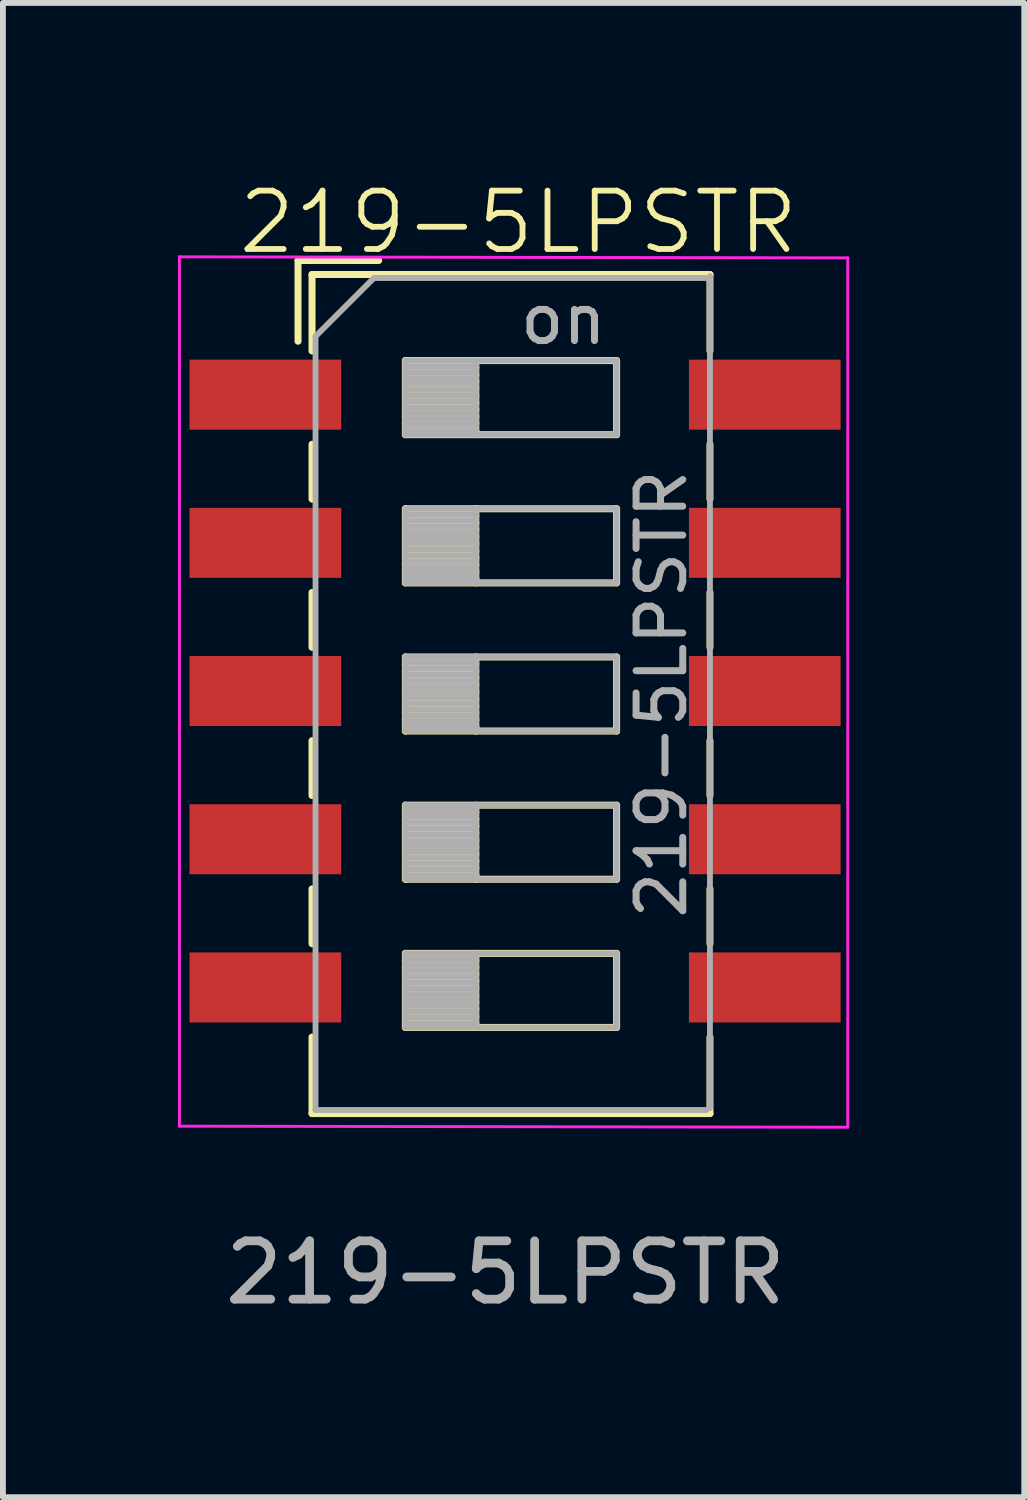
<source format=kicad_pcb>
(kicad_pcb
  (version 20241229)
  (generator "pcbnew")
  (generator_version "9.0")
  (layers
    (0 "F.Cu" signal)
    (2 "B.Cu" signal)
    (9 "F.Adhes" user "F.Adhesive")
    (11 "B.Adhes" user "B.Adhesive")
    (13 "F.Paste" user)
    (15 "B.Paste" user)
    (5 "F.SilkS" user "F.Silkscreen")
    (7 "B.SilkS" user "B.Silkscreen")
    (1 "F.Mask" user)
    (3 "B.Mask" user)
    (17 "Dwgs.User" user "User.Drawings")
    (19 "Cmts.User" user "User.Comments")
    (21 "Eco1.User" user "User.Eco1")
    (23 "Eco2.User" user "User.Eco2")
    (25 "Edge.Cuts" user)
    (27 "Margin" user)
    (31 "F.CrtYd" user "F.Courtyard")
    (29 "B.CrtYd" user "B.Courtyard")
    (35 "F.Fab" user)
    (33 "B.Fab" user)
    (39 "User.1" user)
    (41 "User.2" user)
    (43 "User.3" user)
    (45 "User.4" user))
  (footprint "219-5LPSTR"
    (layer "F.Cu")
    (at 5.613 16.262)
    (property "Reference" "219-5LPSTR" (at 0.221 -15.502 0) (unlocked yes) (layer "F.SilkS") (effects (font (size 1 1) (thickness 0.1))))
    (attr smd)
    (fp_line (start -3.555 -14.847) (end -3.555 -13.464) (stroke (width 0.12) (type solid)) (layer "F.SilkS"))
    (fp_line (start -3.555 -14.847) (end -2.172 -14.847) (stroke (width 0.12) (type solid)) (layer "F.SilkS"))
    (fp_line (start -3.315 -14.607) (end -3.315 -13.297) (stroke (width 0.12) (type solid)) (layer "F.SilkS"))
    (fp_line (start -3.315 -14.607) (end 3.505 -14.607) (stroke (width 0.12) (type solid)) (layer "F.SilkS"))
    (fp_line (start -3.315 -11.697) (end -3.315 -10.757) (stroke (width 0.12) (type solid)) (layer "F.SilkS"))
    (fp_line (start -3.315 -9.157) (end -3.315 -8.217) (stroke (width 0.12) (type solid)) (layer "F.SilkS"))
    (fp_line (start -3.315 -6.617) (end -3.315 -5.677) (stroke (width 0.12) (type solid)) (layer "F.SilkS"))
    (fp_line (start -3.315 -4.077) (end -3.315 -3.137) (stroke (width 0.12) (type solid)) (layer "F.SilkS"))
    (fp_line (start -3.315 -1.537) (end -3.315 -0.226) (stroke (width 0.12) (type solid)) (layer "F.SilkS"))
    (fp_line (start -3.315 -0.226) (end 3.505 -0.226) (stroke (width 0.12) (type solid)) (layer "F.SilkS"))
    (fp_line (start -1.715 -13.132) (end -1.715 -11.862) (stroke (width 0.12) (type solid)) (layer "F.SilkS"))
    (fp_line (start -1.715 -13.012) (end -0.508 -13.012) (stroke (width 0.12) (type solid)) (layer "F.SilkS"))
    (fp_line (start -1.715 -12.892) (end -0.508 -12.892) (stroke (width 0.12) (type solid)) (layer "F.SilkS"))
    (fp_line (start -1.715 -12.772) (end -0.508 -12.772) (stroke (width 0.12) (type solid)) (layer "F.SilkS"))
    (fp_line (start -1.715 -12.652) (end -0.508 -12.652) (stroke (width 0.12) (type solid)) (layer "F.SilkS"))
    (fp_line (start -1.715 -12.532) (end -0.508 -12.532) (stroke (width 0.12) (type solid)) (layer "F.SilkS"))
    (fp_line (start -1.715 -12.412) (end -0.508 -12.412) (stroke (width 0.12) (type solid)) (layer "F.SilkS"))
    (fp_line (start -1.715 -12.292) (end -0.508 -12.292) (stroke (width 0.12) (type solid)) (layer "F.SilkS"))
    (fp_line (start -1.715 -12.172) (end -0.508 -12.172) (stroke (width 0.12) (type solid)) (layer "F.SilkS"))
    (fp_line (start -1.715 -12.052) (end -0.508 -12.052) (stroke (width 0.12) (type solid)) (layer "F.SilkS"))
    (fp_line (start -1.715 -11.932) (end -0.508 -11.932) (stroke (width 0.12) (type solid)) (layer "F.SilkS"))
    (fp_line (start -1.715 -11.862) (end 1.905 -11.862) (stroke (width 0.12) (type solid)) (layer "F.SilkS"))
    (fp_line (start -1.715 -10.592) (end -1.715 -9.322) (stroke (width 0.12) (type solid)) (layer "F.SilkS"))
    (fp_line (start -1.715 -10.472) (end -0.508 -10.472) (stroke (width 0.12) (type solid)) (layer "F.SilkS"))
    (fp_line (start -1.715 -10.352) (end -0.508 -10.352) (stroke (width 0.12) (type solid)) (layer "F.SilkS"))
    (fp_line (start -1.715 -10.232) (end -0.508 -10.232) (stroke (width 0.12) (type solid)) (layer "F.SilkS"))
    (fp_line (start -1.715 -10.112) (end -0.508 -10.112) (stroke (width 0.12) (type solid)) (layer "F.SilkS"))
    (fp_line (start -1.715 -9.992) (end -0.508 -9.992) (stroke (width 0.12) (type solid)) (layer "F.SilkS"))
    (fp_line (start -1.715 -9.872) (end -0.508 -9.872) (stroke (width 0.12) (type solid)) (layer "F.SilkS"))
    (fp_line (start -1.715 -9.752) (end -0.508 -9.752) (stroke (width 0.12) (type solid)) (layer "F.SilkS"))
    (fp_line (start -1.715 -9.632) (end -0.508 -9.632) (stroke (width 0.12) (type solid)) (layer "F.SilkS"))
    (fp_line (start -1.715 -9.512) (end -0.508 -9.512) (stroke (width 0.12) (type solid)) (layer "F.SilkS"))
    (fp_line (start -1.715 -9.392) (end -0.508 -9.392) (stroke (width 0.12) (type solid)) (layer "F.SilkS"))
    (fp_line (start -1.715 -9.322) (end 1.905 -9.322) (stroke (width 0.12) (type solid)) (layer "F.SilkS"))
    (fp_line (start -1.715 -8.052) (end -1.715 -6.782) (stroke (width 0.12) (type solid)) (layer "F.SilkS"))
    (fp_line (start -1.715 -7.932) (end -0.508 -7.932) (stroke (width 0.12) (type solid)) (layer "F.SilkS"))
    (fp_line (start -1.715 -7.812) (end -0.508 -7.812) (stroke (width 0.12) (type solid)) (layer "F.SilkS"))
    (fp_line (start -1.715 -7.692) (end -0.508 -7.692) (stroke (width 0.12) (type solid)) (layer "F.SilkS"))
    (fp_line (start -1.715 -7.572) (end -0.508 -7.572) (stroke (width 0.12) (type solid)) (layer "F.SilkS"))
    (fp_line (start -1.715 -7.452) (end -0.508 -7.452) (stroke (width 0.12) (type solid)) (layer "F.SilkS"))
    (fp_line (start -1.715 -7.332) (end -0.508 -7.332) (stroke (width 0.12) (type solid)) (layer "F.SilkS"))
    (fp_line (start -1.715 -7.212) (end -0.508 -7.212) (stroke (width 0.12) (type solid)) (layer "F.SilkS"))
    (fp_line (start -1.715 -7.092) (end -0.508 -7.092) (stroke (width 0.12) (type solid)) (layer "F.SilkS"))
    (fp_line (start -1.715 -6.972) (end -0.508 -6.972) (stroke (width 0.12) (type solid)) (layer "F.SilkS"))
    (fp_line (start -1.715 -6.852) (end -0.508 -6.852) (stroke (width 0.12) (type solid)) (layer "F.SilkS"))
    (fp_line (start -1.715 -6.782) (end 1.905 -6.782) (stroke (width 0.12) (type solid)) (layer "F.SilkS"))
    (fp_line (start -1.715 -5.512) (end -1.715 -4.242) (stroke (width 0.12) (type solid)) (layer "F.SilkS"))
    (fp_line (start -1.715 -5.392) (end -0.508 -5.392) (stroke (width 0.12) (type solid)) (layer "F.SilkS"))
    (fp_line (start -1.715 -5.272) (end -0.508 -5.272) (stroke (width 0.12) (type solid)) (layer "F.SilkS"))
    (fp_line (start -1.715 -5.152) (end -0.508 -5.152) (stroke (width 0.12) (type solid)) (layer "F.SilkS"))
    (fp_line (start -1.715 -5.032) (end -0.508 -5.032) (stroke (width 0.12) (type solid)) (layer "F.SilkS"))
    (fp_line (start -1.715 -4.912) (end -0.508 -4.912) (stroke (width 0.12) (type solid)) (layer "F.SilkS"))
    (fp_line (start -1.715 -4.792) (end -0.508 -4.792) (stroke (width 0.12) (type solid)) (layer "F.SilkS"))
    (fp_line (start -1.715 -4.672) (end -0.508 -4.672) (stroke (width 0.12) (type solid)) (layer "F.SilkS"))
    (fp_line (start -1.715 -4.552) (end -0.508 -4.552) (stroke (width 0.12) (type solid)) (layer "F.SilkS"))
    (fp_line (start -1.715 -4.432) (end -0.508 -4.432) (stroke (width 0.12) (type solid)) (layer "F.SilkS"))
    (fp_line (start -1.715 -4.312) (end -0.508 -4.312) (stroke (width 0.12) (type solid)) (layer "F.SilkS"))
    (fp_line (start -1.715 -4.242) (end 1.905 -4.242) (stroke (width 0.12) (type solid)) (layer "F.SilkS"))
    (fp_line (start -1.715 -2.972) (end -1.715 -1.702) (stroke (width 0.12) (type solid)) (layer "F.SilkS"))
    (fp_line (start -1.715 -2.852) (end -0.508 -2.852) (stroke (width 0.12) (type solid)) (layer "F.SilkS"))
    (fp_line (start -1.715 -2.732) (end -0.508 -2.732) (stroke (width 0.12) (type solid)) (layer "F.SilkS"))
    (fp_line (start -1.715 -2.612) (end -0.508 -2.612) (stroke (width 0.12) (type solid)) (layer "F.SilkS"))
    (fp_line (start -1.715 -2.492) (end -0.508 -2.492) (stroke (width 0.12) (type solid)) (layer "F.SilkS"))
    (fp_line (start -1.715 -2.372) (end -0.508 -2.372) (stroke (width 0.12) (type solid)) (layer "F.SilkS"))
    (fp_line (start -1.715 -2.252) (end -0.508 -2.252) (stroke (width 0.12) (type solid)) (layer "F.SilkS"))
    (fp_line (start -1.715 -2.132) (end -0.508 -2.132) (stroke (width 0.12) (type solid)) (layer "F.SilkS"))
    (fp_line (start -1.715 -2.012) (end -0.508 -2.012) (stroke (width 0.12) (type solid)) (layer "F.SilkS"))
    (fp_line (start -1.715 -1.892) (end -0.508 -1.892) (stroke (width 0.12) (type solid)) (layer "F.SilkS"))
    (fp_line (start -1.715 -1.772) (end -0.508 -1.772) (stroke (width 0.12) (type solid)) (layer "F.SilkS"))
    (fp_line (start -1.715 -1.702) (end 1.905 -1.702) (stroke (width 0.12) (type solid)) (layer "F.SilkS"))
    (fp_line (start -0.508 -13.132) (end -0.508 -11.862) (stroke (width 0.12) (type solid)) (layer "F.SilkS"))
    (fp_line (start -0.508 -10.592) (end -0.508 -9.322) (stroke (width 0.12) (type solid)) (layer "F.SilkS"))
    (fp_line (start -0.508 -8.052) (end -0.508 -6.782) (stroke (width 0.12) (type solid)) (layer "F.SilkS"))
    (fp_line (start -0.508 -5.512) (end -0.508 -4.242) (stroke (width 0.12) (type solid)) (layer "F.SilkS"))
    (fp_line (start -0.508 -2.972) (end -0.508 -1.702) (stroke (width 0.12) (type solid)) (layer "F.SilkS"))
    (fp_line (start 1.905 -13.132) (end -1.715 -13.132) (stroke (width 0.12) (type solid)) (layer "F.SilkS"))
    (fp_line (start 1.905 -11.862) (end 1.905 -13.132) (stroke (width 0.12) (type solid)) (layer "F.SilkS"))
    (fp_line (start 1.905 -10.592) (end -1.715 -10.592) (stroke (width 0.12) (type solid)) (layer "F.SilkS"))
    (fp_line (start 1.905 -9.322) (end 1.905 -10.592) (stroke (width 0.12) (type solid)) (layer "F.SilkS"))
    (fp_line (start 1.905 -8.052) (end -1.715 -8.052) (stroke (width 0.12) (type solid)) (layer "F.SilkS"))
    (fp_line (start 1.905 -6.782) (end 1.905 -8.052) (stroke (width 0.12) (type solid)) (layer "F.SilkS"))
    (fp_line (start 1.905 -5.512) (end -1.715 -5.512) (stroke (width 0.12) (type solid)) (layer "F.SilkS"))
    (fp_line (start 1.905 -4.242) (end 1.905 -5.512) (stroke (width 0.12) (type solid)) (layer "F.SilkS"))
    (fp_line (start 1.905 -2.972) (end -1.715 -2.972) (stroke (width 0.12) (type solid)) (layer "F.SilkS"))
    (fp_line (start 1.905 -1.702) (end 1.905 -2.972) (stroke (width 0.12) (type solid)) (layer "F.SilkS"))
    (fp_line (start 3.505 -14.607) (end 3.505 -13.297) (stroke (width 0.12) (type solid)) (layer "F.SilkS"))
    (fp_line (start 3.505 -11.697) (end 3.505 -10.757) (stroke (width 0.12) (type solid)) (layer "F.SilkS"))
    (fp_line (start 3.505 -9.157) (end 3.505 -8.217) (stroke (width 0.12) (type solid)) (layer "F.SilkS"))
    (fp_line (start 3.505 -6.617) (end 3.505 -5.677) (stroke (width 0.12) (type solid)) (layer "F.SilkS"))
    (fp_line (start 3.505 -4.077) (end 3.505 -3.137) (stroke (width 0.12) (type solid)) (layer "F.SilkS"))
    (fp_line (start 3.505 -1.537) (end 3.505 -0.226) (stroke (width 0.12) (type solid)) (layer "F.SilkS"))
    (fp_line (start -5.588 -14.91) (end -5.588 -0.01) (stroke (width 0.05) (type solid)) (layer "F.CrtYd"))
    (fp_line (start -5.588 -0.01) (end 5.867 0.008) (stroke (width 0.05) (type solid)) (layer "F.CrtYd"))
    (fp_line (start 5.867 -14.892) (end -5.588 -14.91) (stroke (width 0.05) (type solid)) (layer "F.CrtYd"))
    (fp_line (start 5.867 0.008) (end 5.867 -14.892) (stroke (width 0.05) (type solid)) (layer "F.CrtYd"))
    (fp_line (start -3.255 -13.547) (end -2.255 -14.547) (stroke (width 0.1) (type solid)) (layer "F.Fab"))
    (fp_line (start -3.255 -0.287) (end -3.255 -13.547) (stroke (width 0.1) (type solid)) (layer "F.Fab"))
    (fp_line (start -2.255 -14.547) (end 3.445 -14.547) (stroke (width 0.1) (type solid)) (layer "F.Fab"))
    (fp_line (start -1.715 -13.132) (end -1.715 -11.862) (stroke (width 0.1) (type solid)) (layer "F.Fab"))
    (fp_line (start -1.715 -13.032) (end -0.508 -13.032) (stroke (width 0.1) (type solid)) (layer "F.Fab"))
    (fp_line (start -1.715 -12.932) (end -0.508 -12.932) (stroke (width 0.1) (type solid)) (layer "F.Fab"))
    (fp_line (start -1.715 -12.832) (end -0.508 -12.832) (stroke (width 0.1) (type solid)) (layer "F.Fab"))
    (fp_line (start -1.715 -12.732) (end -0.508 -12.732) (stroke (width 0.1) (type solid)) (layer "F.Fab"))
    (fp_line (start -1.715 -12.632) (end -0.508 -12.632) (stroke (width 0.1) (type solid)) (layer "F.Fab"))
    (fp_line (start -1.715 -12.532) (end -0.508 -12.532) (stroke (width 0.1) (type solid)) (layer "F.Fab"))
    (fp_line (start -1.715 -12.432) (end -0.508 -12.432) (stroke (width 0.1) (type solid)) (layer "F.Fab"))
    (fp_line (start -1.715 -12.332) (end -0.508 -12.332) (stroke (width 0.1) (type solid)) (layer "F.Fab"))
    (fp_line (start -1.715 -12.232) (end -0.508 -12.232) (stroke (width 0.1) (type solid)) (layer "F.Fab"))
    (fp_line (start -1.715 -12.132) (end -0.508 -12.132) (stroke (width 0.1) (type solid)) (layer "F.Fab"))
    (fp_line (start -1.715 -12.032) (end -0.508 -12.032) (stroke (width 0.1) (type solid)) (layer "F.Fab"))
    (fp_line (start -1.715 -11.932) (end -0.508 -11.932) (stroke (width 0.1) (type solid)) (layer "F.Fab"))
    (fp_line (start -1.715 -11.862) (end 1.905 -11.862) (stroke (width 0.1) (type solid)) (layer "F.Fab"))
    (fp_line (start -1.715 -10.592) (end -1.715 -9.322) (stroke (width 0.1) (type solid)) (layer "F.Fab"))
    (fp_line (start -1.715 -10.492) (end -0.508 -10.492) (stroke (width 0.1) (type solid)) (layer "F.Fab"))
    (fp_line (start -1.715 -10.392) (end -0.508 -10.392) (stroke (width 0.1) (type solid)) (layer "F.Fab"))
    (fp_line (start -1.715 -10.292) (end -0.508 -10.292) (stroke (width 0.1) (type solid)) (layer "F.Fab"))
    (fp_line (start -1.715 -10.192) (end -0.508 -10.192) (stroke (width 0.1) (type solid)) (layer "F.Fab"))
    (fp_line (start -1.715 -10.092) (end -0.508 -10.092) (stroke (width 0.1) (type solid)) (layer "F.Fab"))
    (fp_line (start -1.715 -9.992) (end -0.508 -9.992) (stroke (width 0.1) (type solid)) (layer "F.Fab"))
    (fp_line (start -1.715 -9.892) (end -0.508 -9.892) (stroke (width 0.1) (type solid)) (layer "F.Fab"))
    (fp_line (start -1.715 -9.792) (end -0.508 -9.792) (stroke (width 0.1) (type solid)) (layer "F.Fab"))
    (fp_line (start -1.715 -9.692) (end -0.508 -9.692) (stroke (width 0.1) (type solid)) (layer "F.Fab"))
    (fp_line (start -1.715 -9.592) (end -0.508 -9.592) (stroke (width 0.1) (type solid)) (layer "F.Fab"))
    (fp_line (start -1.715 -9.492) (end -0.508 -9.492) (stroke (width 0.1) (type solid)) (layer "F.Fab"))
    (fp_line (start -1.715 -9.392) (end -0.508 -9.392) (stroke (width 0.1) (type solid)) (layer "F.Fab"))
    (fp_line (start -1.715 -9.322) (end 1.905 -9.322) (stroke (width 0.1) (type solid)) (layer "F.Fab"))
    (fp_line (start -1.715 -8.052) (end -1.715 -6.782) (stroke (width 0.1) (type solid)) (layer "F.Fab"))
    (fp_line (start -1.715 -7.952) (end -0.508 -7.952) (stroke (width 0.1) (type solid)) (layer "F.Fab"))
    (fp_line (start -1.715 -7.852) (end -0.508 -7.852) (stroke (width 0.1) (type solid)) (layer "F.Fab"))
    (fp_line (start -1.715 -7.752) (end -0.508 -7.752) (stroke (width 0.1) (type solid)) (layer "F.Fab"))
    (fp_line (start -1.715 -7.652) (end -0.508 -7.652) (stroke (width 0.1) (type solid)) (layer "F.Fab"))
    (fp_line (start -1.715 -7.552) (end -0.508 -7.552) (stroke (width 0.1) (type solid)) (layer "F.Fab"))
    (fp_line (start -1.715 -7.452) (end -0.508 -7.452) (stroke (width 0.1) (type solid)) (layer "F.Fab"))
    (fp_line (start -1.715 -7.352) (end -0.508 -7.352) (stroke (width 0.1) (type solid)) (layer "F.Fab"))
    (fp_line (start -1.715 -7.252) (end -0.508 -7.252) (stroke (width 0.1) (type solid)) (layer "F.Fab"))
    (fp_line (start -1.715 -7.152) (end -0.508 -7.152) (stroke (width 0.1) (type solid)) (layer "F.Fab"))
    (fp_line (start -1.715 -7.052) (end -0.508 -7.052) (stroke (width 0.1) (type solid)) (layer "F.Fab"))
    (fp_line (start -1.715 -6.952) (end -0.508 -6.952) (stroke (width 0.1) (type solid)) (layer "F.Fab"))
    (fp_line (start -1.715 -6.852) (end -0.508 -6.852) (stroke (width 0.1) (type solid)) (layer "F.Fab"))
    (fp_line (start -1.715 -6.782) (end 1.905 -6.782) (stroke (width 0.1) (type solid)) (layer "F.Fab"))
    (fp_line (start -1.715 -5.512) (end -1.715 -4.242) (stroke (width 0.1) (type solid)) (layer "F.Fab"))
    (fp_line (start -1.715 -5.412) (end -0.508 -5.412) (stroke (width 0.1) (type solid)) (layer "F.Fab"))
    (fp_line (start -1.715 -5.312) (end -0.508 -5.312) (stroke (width 0.1) (type solid)) (layer "F.Fab"))
    (fp_line (start -1.715 -5.212) (end -0.508 -5.212) (stroke (width 0.1) (type solid)) (layer "F.Fab"))
    (fp_line (start -1.715 -5.112) (end -0.508 -5.112) (stroke (width 0.1) (type solid)) (layer "F.Fab"))
    (fp_line (start -1.715 -5.012) (end -0.508 -5.012) (stroke (width 0.1) (type solid)) (layer "F.Fab"))
    (fp_line (start -1.715 -4.912) (end -0.508 -4.912) (stroke (width 0.1) (type solid)) (layer "F.Fab"))
    (fp_line (start -1.715 -4.812) (end -0.508 -4.812) (stroke (width 0.1) (type solid)) (layer "F.Fab"))
    (fp_line (start -1.715 -4.712) (end -0.508 -4.712) (stroke (width 0.1) (type solid)) (layer "F.Fab"))
    (fp_line (start -1.715 -4.612) (end -0.508 -4.612) (stroke (width 0.1) (type solid)) (layer "F.Fab"))
    (fp_line (start -1.715 -4.512) (end -0.508 -4.512) (stroke (width 0.1) (type solid)) (layer "F.Fab"))
    (fp_line (start -1.715 -4.412) (end -0.508 -4.412) (stroke (width 0.1) (type solid)) (layer "F.Fab"))
    (fp_line (start -1.715 -4.312) (end -0.508 -4.312) (stroke (width 0.1) (type solid)) (layer "F.Fab"))
    (fp_line (start -1.715 -4.242) (end 1.905 -4.242) (stroke (width 0.1) (type solid)) (layer "F.Fab"))
    (fp_line (start -1.715 -2.972) (end -1.715 -1.702) (stroke (width 0.1) (type solid)) (layer "F.Fab"))
    (fp_line (start -1.715 -2.872) (end -0.508 -2.872) (stroke (width 0.1) (type solid)) (layer "F.Fab"))
    (fp_line (start -1.715 -2.772) (end -0.508 -2.772) (stroke (width 0.1) (type solid)) (layer "F.Fab"))
    (fp_line (start -1.715 -2.672) (end -0.508 -2.672) (stroke (width 0.1) (type solid)) (layer "F.Fab"))
    (fp_line (start -1.715 -2.572) (end -0.508 -2.572) (stroke (width 0.1) (type solid)) (layer "F.Fab"))
    (fp_line (start -1.715 -2.472) (end -0.508 -2.472) (stroke (width 0.1) (type solid)) (layer "F.Fab"))
    (fp_line (start -1.715 -2.372) (end -0.508 -2.372) (stroke (width 0.1) (type solid)) (layer "F.Fab"))
    (fp_line (start -1.715 -2.272) (end -0.508 -2.272) (stroke (width 0.1) (type solid)) (layer "F.Fab"))
    (fp_line (start -1.715 -2.172) (end -0.508 -2.172) (stroke (width 0.1) (type solid)) (layer "F.Fab"))
    (fp_line (start -1.715 -2.072) (end -0.508 -2.072) (stroke (width 0.1) (type solid)) (layer "F.Fab"))
    (fp_line (start -1.715 -1.972) (end -0.508 -1.972) (stroke (width 0.1) (type solid)) (layer "F.Fab"))
    (fp_line (start -1.715 -1.872) (end -0.508 -1.872) (stroke (width 0.1) (type solid)) (layer "F.Fab"))
    (fp_line (start -1.715 -1.772) (end -0.508 -1.772) (stroke (width 0.1) (type solid)) (layer "F.Fab"))
    (fp_line (start -1.715 -1.702) (end 1.905 -1.702) (stroke (width 0.1) (type solid)) (layer "F.Fab"))
    (fp_line (start -0.508 -13.132) (end -0.508 -11.862) (stroke (width 0.1) (type solid)) (layer "F.Fab"))
    (fp_line (start -0.508 -10.592) (end -0.508 -9.322) (stroke (width 0.1) (type solid)) (layer "F.Fab"))
    (fp_line (start -0.508 -8.052) (end -0.508 -6.782) (stroke (width 0.1) (type solid)) (layer "F.Fab"))
    (fp_line (start -0.508 -5.512) (end -0.508 -4.242) (stroke (width 0.1) (type solid)) (layer "F.Fab"))
    (fp_line (start -0.508 -2.972) (end -0.508 -1.702) (stroke (width 0.1) (type solid)) (layer "F.Fab"))
    (fp_line (start 1.905 -13.132) (end -1.715 -13.132) (stroke (width 0.1) (type solid)) (layer "F.Fab"))
    (fp_line (start 1.905 -11.862) (end 1.905 -13.132) (stroke (width 0.1) (type solid)) (layer "F.Fab"))
    (fp_line (start 1.905 -10.592) (end -1.715 -10.592) (stroke (width 0.1) (type solid)) (layer "F.Fab"))
    (fp_line (start 1.905 -9.322) (end 1.905 -10.592) (stroke (width 0.1) (type solid)) (layer "F.Fab"))
    (fp_line (start 1.905 -8.052) (end -1.715 -8.052) (stroke (width 0.1) (type solid)) (layer "F.Fab"))
    (fp_line (start 1.905 -6.782) (end 1.905 -8.052) (stroke (width 0.1) (type solid)) (layer "F.Fab"))
    (fp_line (start 1.905 -5.512) (end -1.715 -5.512) (stroke (width 0.1) (type solid)) (layer "F.Fab"))
    (fp_line (start 1.905 -4.242) (end 1.905 -5.512) (stroke (width 0.1) (type solid)) (layer "F.Fab"))
    (fp_line (start 1.905 -2.972) (end -1.715 -2.972) (stroke (width 0.1) (type solid)) (layer "F.Fab"))
    (fp_line (start 1.905 -1.702) (end 1.905 -2.972) (stroke (width 0.1) (type solid)) (layer "F.Fab"))
    (fp_line (start 3.445 -0.287) (end -3.255 -0.287) (stroke (width 0.1) (type solid)) (layer "F.Fab"))
    (fp_line (start 3.505 -14.58) (end 3.505 -0.32) (stroke (width 0.1) (type solid)) (layer "F.Fab"))
    (fp_text user "${REFERENCE}" (at 0 2.5 0) (unlocked yes) (layer "F.Fab") (effects (font (size 1 1) (thickness 0.15))))
    (fp_text user "${REFERENCE}" (at 2.675 -7.417 90) (layer "F.Fab") (effects (font (size 0.8 0.8) (thickness 0.12))))
    (fp_text user "on" (at 0.993 -13.839 0) (layer "F.Fab") (effects (font (size 0.8 0.8) (thickness 0.12))))
    (pad "1" smd rect (at -4.115 -12.548) (size 2.6 1.2) (layers "F.Cu" "F.Mask" "F.Paste"))
    (pad "2" smd rect (at -4.115 -10.008) (size 2.6 1.2) (layers "F.Cu" "F.Mask" "F.Paste"))
    (pad "3" smd rect (at -4.115 -7.468) (size 2.6 1.2) (layers "F.Cu" "F.Mask" "F.Paste"))
    (pad "4" smd rect (at -4.115 -4.928) (size 2.6 1.2) (layers "F.Cu" "F.Mask" "F.Paste"))
    (pad "5" smd rect (at -4.115 -2.388) (size 2.6 1.2) (layers "F.Cu" "F.Mask" "F.Paste"))
    (pad "6" smd rect (at 4.445 -2.388) (size 2.6 1.2) (layers "F.Cu" "F.Mask" "F.Paste"))
    (pad "7" smd rect (at 4.445 -4.928) (size 2.6 1.2) (layers "F.Cu" "F.Mask" "F.Paste"))
    (pad "8" smd rect (at 4.445 -7.468) (size 2.6 1.2) (layers "F.Cu" "F.Mask" "F.Paste"))
    (pad "9" smd rect (at 4.445 -10.008) (size 2.6 1.2) (layers "F.Cu" "F.Mask" "F.Paste"))
    (pad "10" smd rect (at 4.445 -12.548) (size 2.6 1.2) (layers "F.Cu" "F.Mask" "F.Paste")))
  (gr_rect
    (start -3 -3)
    (end 14.505 22.611)
    (stroke (width 0.1) (type default))
    (fill no)
    (layer "Edge.Cuts")))
</source>
